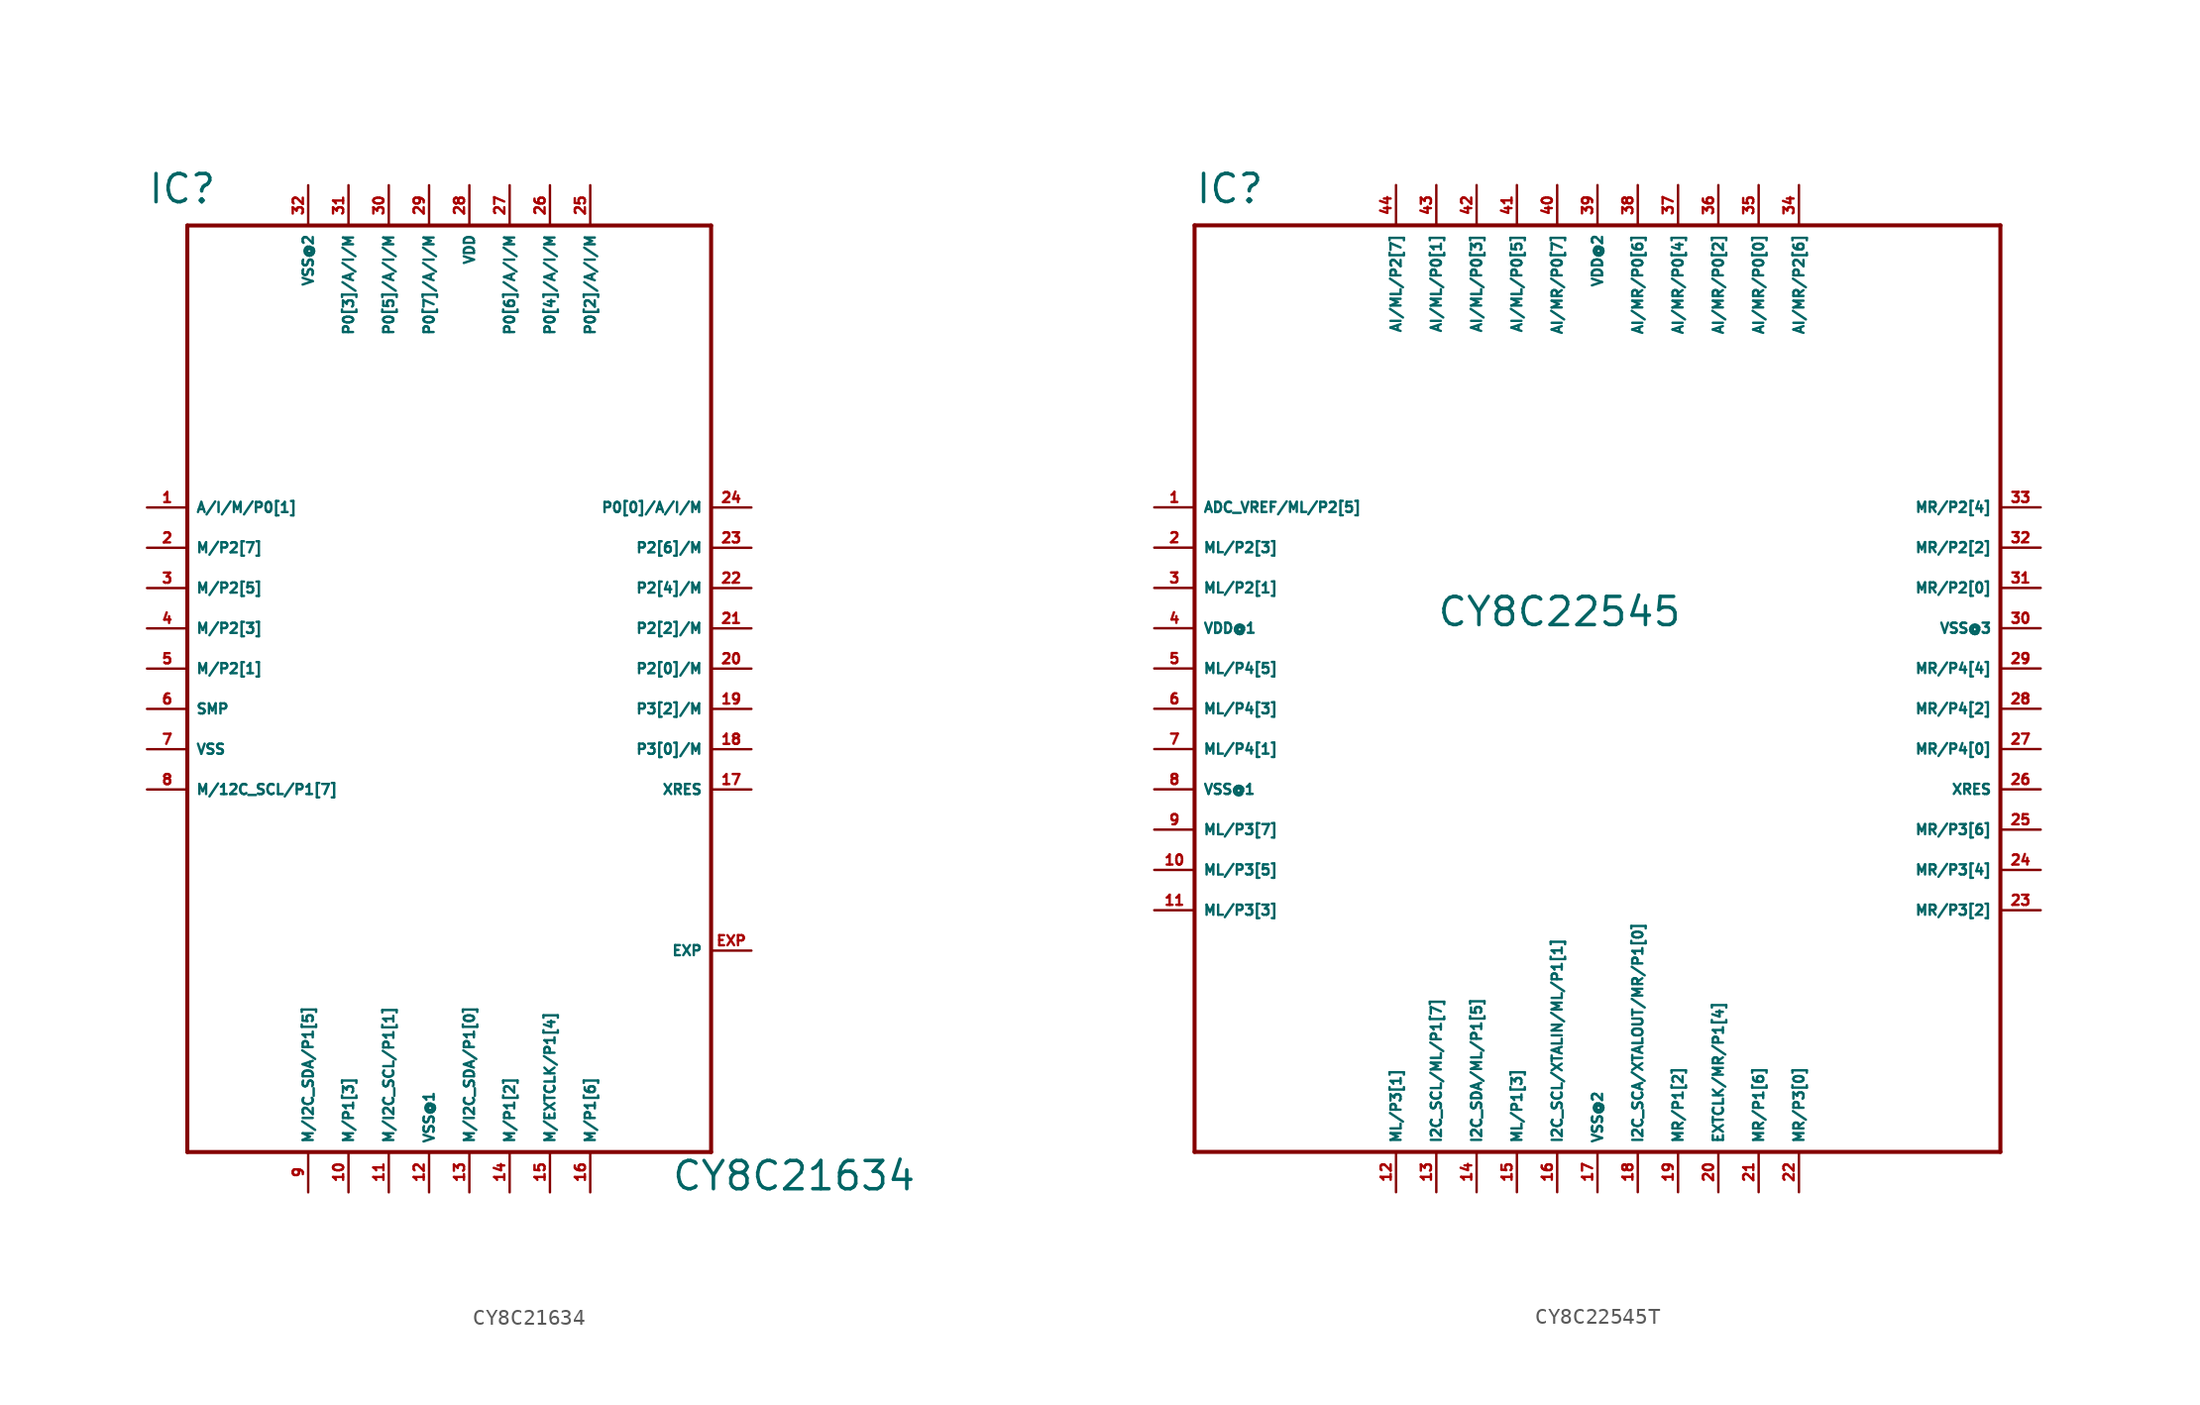
<source format=kicad_sym>
(kicad_symbol_lib
  (version 20220914)
  (generator Eagle2Kicad)
  (symbol "CY8C21634"
    (property "Reference" "IC"
      (at -17.78 29.21 0)
      (effects (font (size 1.778 1.778) (thickness 0.22)) (justify left bottom)))
    (property "Value" "CY8C21634"
      (at 15.24 -33.02 0)
      (effects (font (size 1.778 1.778) (thickness 0.22)) (justify left bottom)))
    (polyline
      (pts (xy -15.24 27.94) (xy 17.78 27.94))
      (stroke (width 0.254) (type default))
      (fill (type none)))
    (polyline
      (pts (xy 17.78 27.94) (xy 17.78 -30.48))
      (stroke (width 0.254) (type default))
      (fill (type none)))
    (polyline
      (pts (xy 17.78 -30.48) (xy -15.24 -30.48))
      (stroke (width 0.254) (type default))
      (fill (type none)))
    (polyline
      (pts (xy -15.24 -30.48) (xy -15.24 27.94))
      (stroke (width 0.254) (type default))
      (fill (type none)))
    (pin bidirectional line
      (at -17.78 10.16 0)
      (length 2.54)
      (name "A/I/M/P0[1]" (effects (font (size 0.635 0.635) (thickness 0.08)) (justify left bottom)))
      (number "1" (effects (font (size 0.635 0.635) (thickness 0.08)) (justify left bottom))))
    (pin bidirectional line
      (at -17.78 7.62 0)
      (length 2.54)
      (name "M/P2[7]" (effects (font (size 0.635 0.635) (thickness 0.08)) (justify left bottom)))
      (number "2" (effects (font (size 0.635 0.635) (thickness 0.08)) (justify left bottom))))
    (pin bidirectional line
      (at -17.78 5.08 0)
      (length 2.54)
      (name "M/P2[5]" (effects (font (size 0.635 0.635) (thickness 0.08)) (justify left bottom)))
      (number "3" (effects (font (size 0.635 0.635) (thickness 0.08)) (justify left bottom))))
    (pin bidirectional line
      (at -17.78 2.54 0)
      (length 2.54)
      (name "M/P2[3]" (effects (font (size 0.635 0.635) (thickness 0.08)) (justify left bottom)))
      (number "4" (effects (font (size 0.635 0.635) (thickness 0.08)) (justify left bottom))))
    (pin bidirectional line
      (at -17.78 0 0)
      (length 2.54)
      (name "M/P2[1]" (effects (font (size 0.635 0.635) (thickness 0.08)) (justify left bottom)))
      (number "5" (effects (font (size 0.635 0.635) (thickness 0.08)) (justify left bottom))))
    (pin unspecified line
      (at -17.78 -2.54 0)
      (length 2.54)
      (name "SMP" (effects (font (size 0.635 0.635) (thickness 0.08)) (justify left bottom)))
      (number "6" (effects (font (size 0.635 0.635) (thickness 0.08)) (justify left bottom))))
    (pin unspecified line
      (at -17.78 -5.08 0)
      (length 2.54)
      (name "VSS" (effects (font (size 0.635 0.635) (thickness 0.08)) (justify left bottom)))
      (number "7" (effects (font (size 0.635 0.635) (thickness 0.08)) (justify left bottom))))
    (pin bidirectional line
      (at -17.78 -7.62 0)
      (length 2.54)
      (name "M/12C_SCL/P1[7]" (effects (font (size 0.635 0.635) (thickness 0.08)) (justify left bottom)))
      (number "8" (effects (font (size 0.635 0.635) (thickness 0.08)) (justify left bottom))))
    (pin bidirectional line
      (at -7.62 -33.02 90)
      (length 2.54)
      (name "M/I2C_SDA/P1[5]" (effects (font (size 0.635 0.635) (thickness 0.08)) (justify left bottom)))
      (number "9" (effects (font (size 0.635 0.635) (thickness 0.08)) (justify left bottom))))
    (pin bidirectional line
      (at -5.08 -33.02 90)
      (length 2.54)
      (name "M/P1[3]" (effects (font (size 0.635 0.635) (thickness 0.08)) (justify left bottom)))
      (number "10" (effects (font (size 0.635 0.635) (thickness 0.08)) (justify left bottom))))
    (pin bidirectional line
      (at -2.54 -33.02 90)
      (length 2.54)
      (name "M/I2C_SCL/P1[1]" (effects (font (size 0.635 0.635) (thickness 0.08)) (justify left bottom)))
      (number "11" (effects (font (size 0.635 0.635) (thickness 0.08)) (justify left bottom))))
    (pin bidirectional line
      (at 2.54 -33.02 90)
      (length 2.54)
      (name "M/I2C_SDA/P1[0]" (effects (font (size 0.635 0.635) (thickness 0.08)) (justify left bottom)))
      (number "13" (effects (font (size 0.635 0.635) (thickness 0.08)) (justify left bottom))))
    (pin bidirectional line
      (at 5.08 -33.02 90)
      (length 2.54)
      (name "M/P1[2]" (effects (font (size 0.635 0.635) (thickness 0.08)) (justify left bottom)))
      (number "14" (effects (font (size 0.635 0.635) (thickness 0.08)) (justify left bottom))))
    (pin bidirectional line
      (at 7.62 -33.02 90)
      (length 2.54)
      (name "M/EXTCLK/P1[4]" (effects (font (size 0.635 0.635) (thickness 0.08)) (justify left bottom)))
      (number "15" (effects (font (size 0.635 0.635) (thickness 0.08)) (justify left bottom))))
    (pin bidirectional line
      (at 10.16 -33.02 90)
      (length 2.54)
      (name "M/P1[6]" (effects (font (size 0.635 0.635) (thickness 0.08)) (justify left bottom)))
      (number "16" (effects (font (size 0.635 0.635) (thickness 0.08)) (justify left bottom))))
    (pin bidirectional line
      (at 20.32 -5.08 180)
      (length 2.54)
      (name "P3[0]/M" (effects (font (size 0.635 0.635) (thickness 0.08)) (justify left bottom)))
      (number "18" (effects (font (size 0.635 0.635) (thickness 0.08)) (justify left bottom))))
    (pin bidirectional line
      (at 20.32 -2.54 180)
      (length 2.54)
      (name "P3[2]/M" (effects (font (size 0.635 0.635) (thickness 0.08)) (justify left bottom)))
      (number "19" (effects (font (size 0.635 0.635) (thickness 0.08)) (justify left bottom))))
    (pin bidirectional line
      (at 20.32 0 180)
      (length 2.54)
      (name "P2[0]/M" (effects (font (size 0.635 0.635) (thickness 0.08)) (justify left bottom)))
      (number "20" (effects (font (size 0.635 0.635) (thickness 0.08)) (justify left bottom))))
    (pin bidirectional line
      (at 20.32 2.54 180)
      (length 2.54)
      (name "P2[2]/M" (effects (font (size 0.635 0.635) (thickness 0.08)) (justify left bottom)))
      (number "21" (effects (font (size 0.635 0.635) (thickness 0.08)) (justify left bottom))))
    (pin bidirectional line
      (at 20.32 5.08 180)
      (length 2.54)
      (name "P2[4]/M" (effects (font (size 0.635 0.635) (thickness 0.08)) (justify left bottom)))
      (number "22" (effects (font (size 0.635 0.635) (thickness 0.08)) (justify left bottom))))
    (pin bidirectional line
      (at 20.32 7.62 180)
      (length 2.54)
      (name "P2[6]/M" (effects (font (size 0.635 0.635) (thickness 0.08)) (justify left bottom)))
      (number "23" (effects (font (size 0.635 0.635) (thickness 0.08)) (justify left bottom))))
    (pin bidirectional line
      (at 20.32 10.16 180)
      (length 2.54)
      (name "P0[0]/A/I/M" (effects (font (size 0.635 0.635) (thickness 0.08)) (justify left bottom)))
      (number "24" (effects (font (size 0.635 0.635) (thickness 0.08)) (justify left bottom))))
    (pin bidirectional line
      (at 10.16 30.48 270)
      (length 2.54)
      (name "P0[2]/A/I/M" (effects (font (size 0.635 0.635) (thickness 0.08)) (justify left bottom)))
      (number "25" (effects (font (size 0.635 0.635) (thickness 0.08)) (justify left bottom))))
    (pin bidirectional line
      (at 7.62 30.48 270)
      (length 2.54)
      (name "P0[4]/A/I/M" (effects (font (size 0.635 0.635) (thickness 0.08)) (justify left bottom)))
      (number "26" (effects (font (size 0.635 0.635) (thickness 0.08)) (justify left bottom))))
    (pin bidirectional line
      (at 5.08 30.48 270)
      (length 2.54)
      (name "P0[6]/A/I/M" (effects (font (size 0.635 0.635) (thickness 0.08)) (justify left bottom)))
      (number "27" (effects (font (size 0.635 0.635) (thickness 0.08)) (justify left bottom))))
    (pin bidirectional line
      (at 0 30.48 270)
      (length 2.54)
      (name "P0[7]/A/I/M" (effects (font (size 0.635 0.635) (thickness 0.08)) (justify left bottom)))
      (number "29" (effects (font (size 0.635 0.635) (thickness 0.08)) (justify left bottom))))
    (pin bidirectional line
      (at -2.54 30.48 270)
      (length 2.54)
      (name "P0[5]/A/I/M" (effects (font (size 0.635 0.635) (thickness 0.08)) (justify left bottom)))
      (number "30" (effects (font (size 0.635 0.635) (thickness 0.08)) (justify left bottom))))
    (pin bidirectional line
      (at -5.08 30.48 270)
      (length 2.54)
      (name "P0[3]/A/I/M" (effects (font (size 0.635 0.635) (thickness 0.08)) (justify left bottom)))
      (number "31" (effects (font (size 0.635 0.635) (thickness 0.08)) (justify left bottom))))
    (pin unspecified line
      (at 0 -33.02 90)
      (length 2.54)
      (name "VSS@1" (effects (font (size 0.635 0.635) (thickness 0.08)) (justify left bottom)))
      (number "12" (effects (font (size 0.635 0.635) (thickness 0.08)) (justify left bottom))))
    (pin unspecified line
      (at 2.54 30.48 270)
      (length 2.54)
      (name "VDD" (effects (font (size 0.635 0.635) (thickness 0.08)) (justify left bottom)))
      (number "28" (effects (font (size 0.635 0.635) (thickness 0.08)) (justify left bottom))))
    (pin input line
      (at 20.32 -7.62 180)
      (length 2.54)
      (name "XRES" (effects (font (size 0.635 0.635) (thickness 0.08)) (justify left bottom)))
      (number "17" (effects (font (size 0.635 0.635) (thickness 0.08)) (justify left bottom))))
    (pin unspecified line
      (at -7.62 30.48 270)
      (length 2.54)
      (name "VSS@2" (effects (font (size 0.635 0.635) (thickness 0.08)) (justify left bottom)))
      (number "32" (effects (font (size 0.635 0.635) (thickness 0.08)) (justify left bottom))))
    (pin passive line
      (at 20.32 -17.78 180)
      (length 2.54)
      (name "EXP" (effects (font (size 0.635 0.635) (thickness 0.08)) (justify left bottom)))
      (number "EXP" (effects (font (size 0.635 0.635) (thickness 0.08)) (justify left bottom)))))
  (symbol "CY8C22545T"
    (property "Reference" "IC"
      (at -25.4 31.75 0)
      (effects (font (size 1.778 1.778) (thickness 0.22)) (justify left bottom)))
    (property "Value" "CY8C22545"
      (at -10.16 5.08 0)
      (effects (font (size 1.778 1.778) (thickness 0.22)) (justify left bottom)))
    (polyline
      (pts (xy -25.4 30.48) (xy 25.4 30.48))
      (stroke (width 0.254) (type default))
      (fill (type none)))
    (polyline
      (pts (xy 25.4 30.48) (xy 25.4 -27.94))
      (stroke (width 0.254) (type default))
      (fill (type none)))
    (polyline
      (pts (xy 25.4 -27.94) (xy -25.4 -27.94))
      (stroke (width 0.254) (type default))
      (fill (type none)))
    (polyline
      (pts (xy -25.4 -27.94) (xy -25.4 30.48))
      (stroke (width 0.254) (type default))
      (fill (type none)))
    (pin bidirectional line
      (at -27.94 12.7 0)
      (length 2.54)
      (name "ADC_VREF/ML/P2[5]" (effects (font (size 0.635 0.635) (thickness 0.08)) (justify left bottom)))
      (number "1" (effects (font (size 0.635 0.635) (thickness 0.08)) (justify left bottom))))
    (pin bidirectional line
      (at -27.94 10.16 0)
      (length 2.54)
      (name "ML/P2[3]" (effects (font (size 0.635 0.635) (thickness 0.08)) (justify left bottom)))
      (number "2" (effects (font (size 0.635 0.635) (thickness 0.08)) (justify left bottom))))
    (pin bidirectional line
      (at -27.94 7.62 0)
      (length 2.54)
      (name "ML/P2[1]" (effects (font (size 0.635 0.635) (thickness 0.08)) (justify left bottom)))
      (number "3" (effects (font (size 0.635 0.635) (thickness 0.08)) (justify left bottom))))
    (pin bidirectional line
      (at -27.94 2.54 0)
      (length 2.54)
      (name "ML/P4[5]" (effects (font (size 0.635 0.635) (thickness 0.08)) (justify left bottom)))
      (number "5" (effects (font (size 0.635 0.635) (thickness 0.08)) (justify left bottom))))
    (pin bidirectional line
      (at -27.94 0 0)
      (length 2.54)
      (name "ML/P4[3]" (effects (font (size 0.635 0.635) (thickness 0.08)) (justify left bottom)))
      (number "6" (effects (font (size 0.635 0.635) (thickness 0.08)) (justify left bottom))))
    (pin bidirectional line
      (at -27.94 -2.54 0)
      (length 2.54)
      (name "ML/P4[1]" (effects (font (size 0.635 0.635) (thickness 0.08)) (justify left bottom)))
      (number "7" (effects (font (size 0.635 0.635) (thickness 0.08)) (justify left bottom))))
    (pin bidirectional line
      (at -27.94 -7.62 0)
      (length 2.54)
      (name "ML/P3[7]" (effects (font (size 0.635 0.635) (thickness 0.08)) (justify left bottom)))
      (number "9" (effects (font (size 0.635 0.635) (thickness 0.08)) (justify left bottom))))
    (pin bidirectional line
      (at -27.94 -10.16 0)
      (length 2.54)
      (name "ML/P3[5]" (effects (font (size 0.635 0.635) (thickness 0.08)) (justify left bottom)))
      (number "10" (effects (font (size 0.635 0.635) (thickness 0.08)) (justify left bottom))))
    (pin bidirectional line
      (at -27.94 -12.7 0)
      (length 2.54)
      (name "ML/P3[3]" (effects (font (size 0.635 0.635) (thickness 0.08)) (justify left bottom)))
      (number "11" (effects (font (size 0.635 0.635) (thickness 0.08)) (justify left bottom))))
    (pin bidirectional line
      (at -12.7 -30.48 90)
      (length 2.54)
      (name "ML/P3[1]" (effects (font (size 0.635 0.635) (thickness 0.08)) (justify left bottom)))
      (number "12" (effects (font (size 0.635 0.635) (thickness 0.08)) (justify left bottom))))
    (pin bidirectional line
      (at -10.16 -30.48 90)
      (length 2.54)
      (name "I2C_SCL/ML/P1[7]" (effects (font (size 0.635 0.635) (thickness 0.08)) (justify left bottom)))
      (number "13" (effects (font (size 0.635 0.635) (thickness 0.08)) (justify left bottom))))
    (pin bidirectional line
      (at -7.62 -30.48 90)
      (length 2.54)
      (name "I2C_SDA/ML/P1[5]" (effects (font (size 0.635 0.635) (thickness 0.08)) (justify left bottom)))
      (number "14" (effects (font (size 0.635 0.635) (thickness 0.08)) (justify left bottom))))
    (pin bidirectional line
      (at -5.08 -30.48 90)
      (length 2.54)
      (name "ML/P1[3]" (effects (font (size 0.635 0.635) (thickness 0.08)) (justify left bottom)))
      (number "15" (effects (font (size 0.635 0.635) (thickness 0.08)) (justify left bottom))))
    (pin bidirectional line
      (at -2.54 -30.48 90)
      (length 2.54)
      (name "I2C_SCL/XTALIN/ML/P1[1]" (effects (font (size 0.635 0.635) (thickness 0.08)) (justify left bottom)))
      (number "16" (effects (font (size 0.635 0.635) (thickness 0.08)) (justify left bottom))))
    (pin bidirectional line
      (at 2.54 -30.48 90)
      (length 2.54)
      (name "I2C_SCA/XTALOUT/MR/P1[0]" (effects (font (size 0.635 0.635) (thickness 0.08)) (justify left bottom)))
      (number "18" (effects (font (size 0.635 0.635) (thickness 0.08)) (justify left bottom))))
    (pin bidirectional line
      (at 5.08 -30.48 90)
      (length 2.54)
      (name "MR/P1[2]" (effects (font (size 0.635 0.635) (thickness 0.08)) (justify left bottom)))
      (number "19" (effects (font (size 0.635 0.635) (thickness 0.08)) (justify left bottom))))
    (pin bidirectional line
      (at 7.62 -30.48 90)
      (length 2.54)
      (name "EXTCLK/MR/P1[4]" (effects (font (size 0.635 0.635) (thickness 0.08)) (justify left bottom)))
      (number "20" (effects (font (size 0.635 0.635) (thickness 0.08)) (justify left bottom))))
    (pin bidirectional line
      (at 10.16 -30.48 90)
      (length 2.54)
      (name "MR/P1[6]" (effects (font (size 0.635 0.635) (thickness 0.08)) (justify left bottom)))
      (number "21" (effects (font (size 0.635 0.635) (thickness 0.08)) (justify left bottom))))
    (pin bidirectional line
      (at 12.7 -30.48 90)
      (length 2.54)
      (name "MR/P3[0]" (effects (font (size 0.635 0.635) (thickness 0.08)) (justify left bottom)))
      (number "22" (effects (font (size 0.635 0.635) (thickness 0.08)) (justify left bottom))))
    (pin bidirectional line
      (at 27.94 -12.7 180)
      (length 2.54)
      (name "MR/P3[2]" (effects (font (size 0.635 0.635) (thickness 0.08)) (justify left bottom)))
      (number "23" (effects (font (size 0.635 0.635) (thickness 0.08)) (justify left bottom))))
    (pin bidirectional line
      (at 27.94 -10.16 180)
      (length 2.54)
      (name "MR/P3[4]" (effects (font (size 0.635 0.635) (thickness 0.08)) (justify left bottom)))
      (number "24" (effects (font (size 0.635 0.635) (thickness 0.08)) (justify left bottom))))
    (pin bidirectional line
      (at 27.94 -7.62 180)
      (length 2.54)
      (name "MR/P3[6]" (effects (font (size 0.635 0.635) (thickness 0.08)) (justify left bottom)))
      (number "25" (effects (font (size 0.635 0.635) (thickness 0.08)) (justify left bottom))))
    (pin bidirectional line
      (at 27.94 -2.54 180)
      (length 2.54)
      (name "MR/P4[0]" (effects (font (size 0.635 0.635) (thickness 0.08)) (justify left bottom)))
      (number "27" (effects (font (size 0.635 0.635) (thickness 0.08)) (justify left bottom))))
    (pin bidirectional line
      (at 27.94 0 180)
      (length 2.54)
      (name "MR/P4[2]" (effects (font (size 0.635 0.635) (thickness 0.08)) (justify left bottom)))
      (number "28" (effects (font (size 0.635 0.635) (thickness 0.08)) (justify left bottom))))
    (pin bidirectional line
      (at 27.94 2.54 180)
      (length 2.54)
      (name "MR/P4[4]" (effects (font (size 0.635 0.635) (thickness 0.08)) (justify left bottom)))
      (number "29" (effects (font (size 0.635 0.635) (thickness 0.08)) (justify left bottom))))
    (pin bidirectional line
      (at 27.94 7.62 180)
      (length 2.54)
      (name "MR/P2[0]" (effects (font (size 0.635 0.635) (thickness 0.08)) (justify left bottom)))
      (number "31" (effects (font (size 0.635 0.635) (thickness 0.08)) (justify left bottom))))
    (pin bidirectional line
      (at 27.94 10.16 180)
      (length 2.54)
      (name "MR/P2[2]" (effects (font (size 0.635 0.635) (thickness 0.08)) (justify left bottom)))
      (number "32" (effects (font (size 0.635 0.635) (thickness 0.08)) (justify left bottom))))
    (pin bidirectional line
      (at 27.94 12.7 180)
      (length 2.54)
      (name "MR/P2[4]" (effects (font (size 0.635 0.635) (thickness 0.08)) (justify left bottom)))
      (number "33" (effects (font (size 0.635 0.635) (thickness 0.08)) (justify left bottom))))
    (pin bidirectional line
      (at 12.7 33.02 270)
      (length 2.54)
      (name "AI/MR/P2[6]" (effects (font (size 0.635 0.635) (thickness 0.08)) (justify left bottom)))
      (number "34" (effects (font (size 0.635 0.635) (thickness 0.08)) (justify left bottom))))
    (pin bidirectional line
      (at 10.16 33.02 270)
      (length 2.54)
      (name "AI/MR/P0[0]" (effects (font (size 0.635 0.635) (thickness 0.08)) (justify left bottom)))
      (number "35" (effects (font (size 0.635 0.635) (thickness 0.08)) (justify left bottom))))
    (pin bidirectional line
      (at 7.62 33.02 270)
      (length 2.54)
      (name "AI/MR/P0[2]" (effects (font (size 0.635 0.635) (thickness 0.08)) (justify left bottom)))
      (number "36" (effects (font (size 0.635 0.635) (thickness 0.08)) (justify left bottom))))
    (pin bidirectional line
      (at 5.08 33.02 270)
      (length 2.54)
      (name "AI/MR/P0[4]" (effects (font (size 0.635 0.635) (thickness 0.08)) (justify left bottom)))
      (number "37" (effects (font (size 0.635 0.635) (thickness 0.08)) (justify left bottom))))
    (pin bidirectional line
      (at 2.54 33.02 270)
      (length 2.54)
      (name "AI/MR/P0[6]" (effects (font (size 0.635 0.635) (thickness 0.08)) (justify left bottom)))
      (number "38" (effects (font (size 0.635 0.635) (thickness 0.08)) (justify left bottom))))
    (pin bidirectional line
      (at -2.54 33.02 270)
      (length 2.54)
      (name "AI/MR/P0[7]" (effects (font (size 0.635 0.635) (thickness 0.08)) (justify left bottom)))
      (number "40" (effects (font (size 0.635 0.635) (thickness 0.08)) (justify left bottom))))
    (pin bidirectional line
      (at -5.08 33.02 270)
      (length 2.54)
      (name "AI/ML/P0[5]" (effects (font (size 0.635 0.635) (thickness 0.08)) (justify left bottom)))
      (number "41" (effects (font (size 0.635 0.635) (thickness 0.08)) (justify left bottom))))
    (pin bidirectional line
      (at -7.62 33.02 270)
      (length 2.54)
      (name "AI/ML/P0[3]" (effects (font (size 0.635 0.635) (thickness 0.08)) (justify left bottom)))
      (number "42" (effects (font (size 0.635 0.635) (thickness 0.08)) (justify left bottom))))
    (pin bidirectional line
      (at -10.16 33.02 270)
      (length 2.54)
      (name "AI/ML/P0[1]" (effects (font (size 0.635 0.635) (thickness 0.08)) (justify left bottom)))
      (number "43" (effects (font (size 0.635 0.635) (thickness 0.08)) (justify left bottom))))
    (pin bidirectional line
      (at -12.7 33.02 270)
      (length 2.54)
      (name "AI/ML/P2[7]" (effects (font (size 0.635 0.635) (thickness 0.08)) (justify left bottom)))
      (number "44" (effects (font (size 0.635 0.635) (thickness 0.08)) (justify left bottom))))
    (pin unspecified line
      (at -27.94 5.08 0)
      (length 2.54)
      (name "VDD@1" (effects (font (size 0.635 0.635) (thickness 0.08)) (justify left bottom)))
      (number "4" (effects (font (size 0.635 0.635) (thickness 0.08)) (justify left bottom))))
    (pin unspecified line
      (at -27.94 -5.08 0)
      (length 2.54)
      (name "VSS@1" (effects (font (size 0.635 0.635) (thickness 0.08)) (justify left bottom)))
      (number "8" (effects (font (size 0.635 0.635) (thickness 0.08)) (justify left bottom))))
    (pin unspecified line
      (at 0 -30.48 90)
      (length 2.54)
      (name "VSS@2" (effects (font (size 0.635 0.635) (thickness 0.08)) (justify left bottom)))
      (number "17" (effects (font (size 0.635 0.635) (thickness 0.08)) (justify left bottom))))
    (pin unspecified line
      (at 27.94 5.08 180)
      (length 2.54)
      (name "VSS@3" (effects (font (size 0.635 0.635) (thickness 0.08)) (justify left bottom)))
      (number "30" (effects (font (size 0.635 0.635) (thickness 0.08)) (justify left bottom))))
    (pin unspecified line
      (at 0 33.02 270)
      (length 2.54)
      (name "VDD@2" (effects (font (size 0.635 0.635) (thickness 0.08)) (justify left bottom)))
      (number "39" (effects (font (size 0.635 0.635) (thickness 0.08)) (justify left bottom))))
    (pin input line
      (at 27.94 -5.08 180)
      (length 2.54)
      (name "XRES" (effects (font (size 0.635 0.635) (thickness 0.08)) (justify left bottom)))
      (number "26" (effects (font (size 0.635 0.635) (thickness 0.08)) (justify left bottom))))))
</source>
